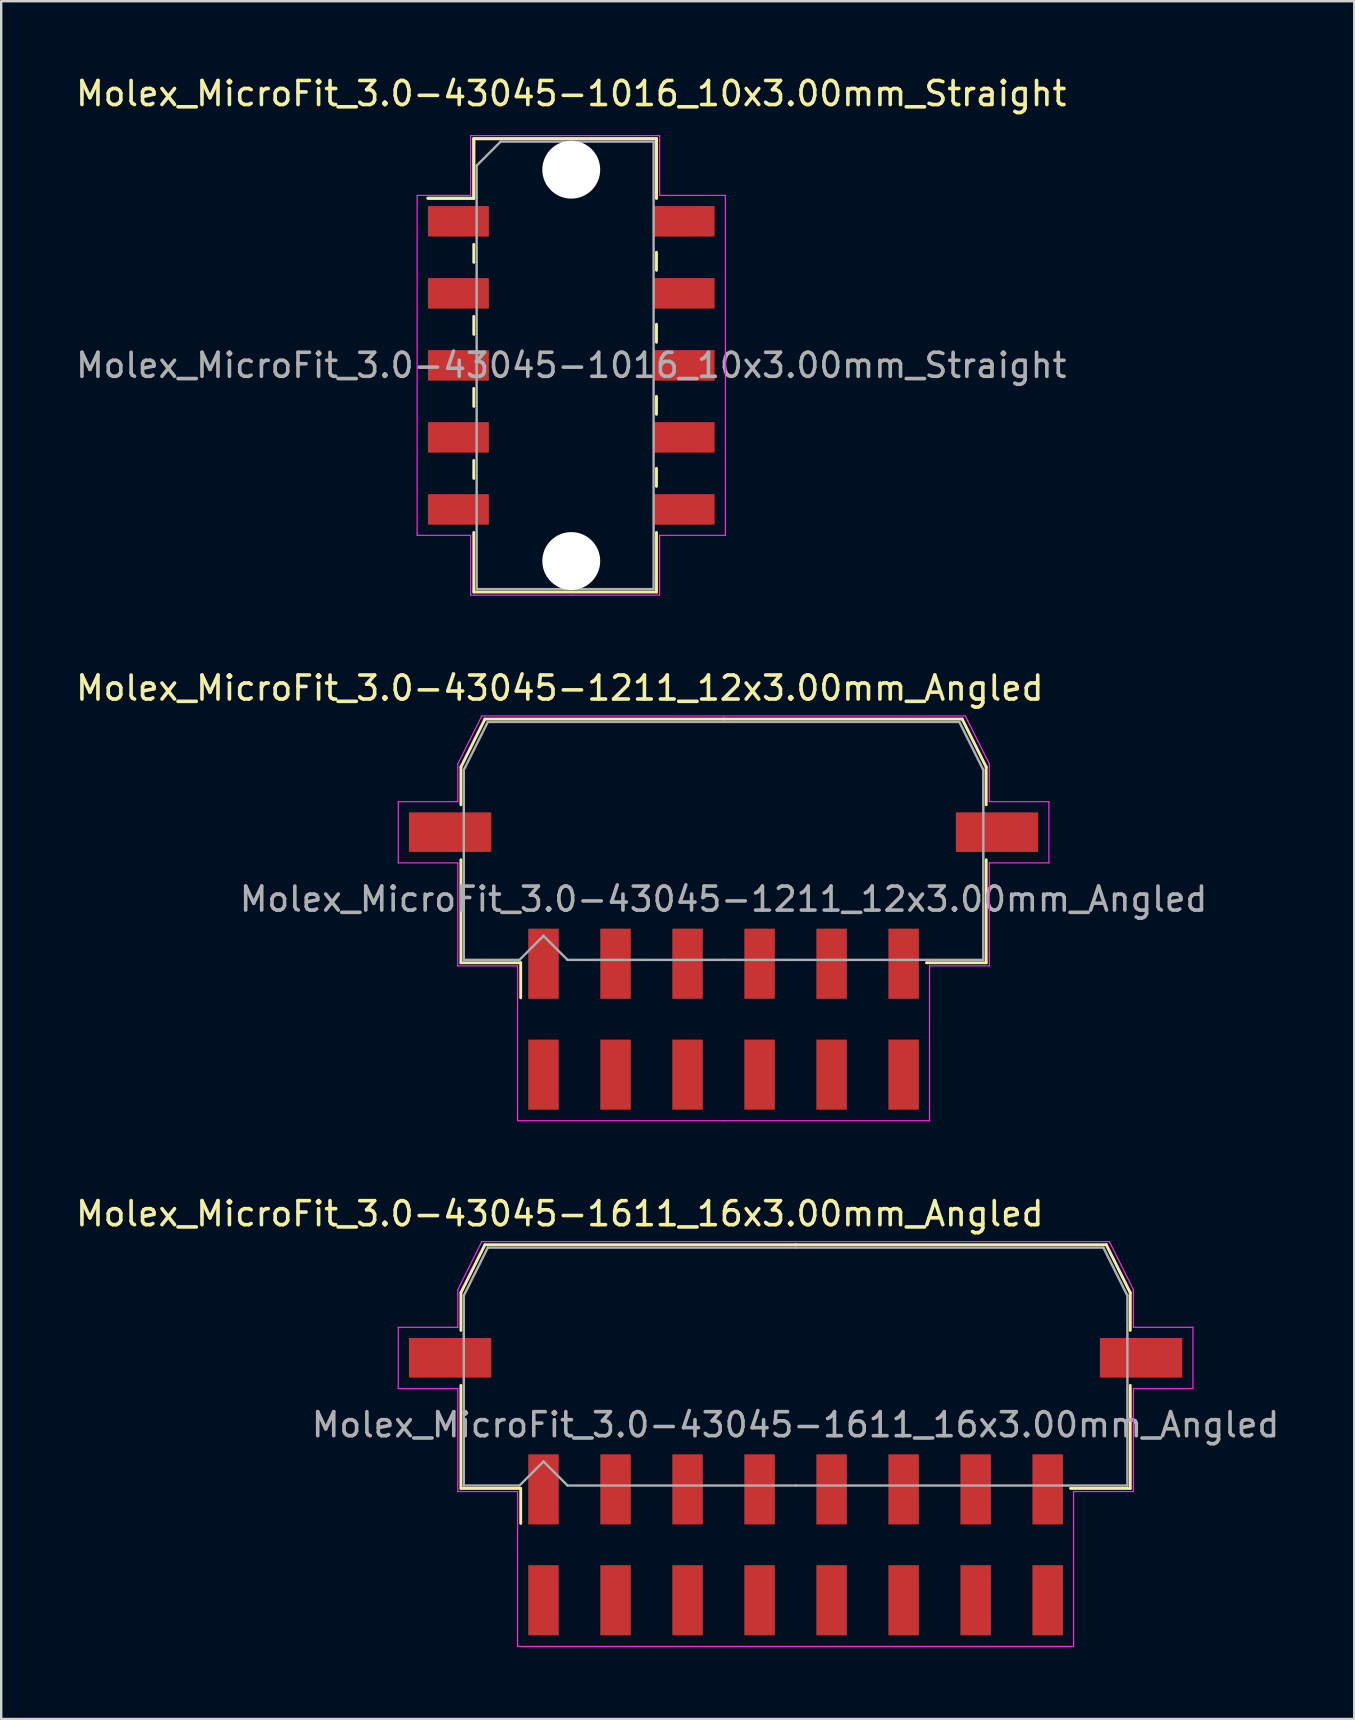
<source format=kicad_pcb>
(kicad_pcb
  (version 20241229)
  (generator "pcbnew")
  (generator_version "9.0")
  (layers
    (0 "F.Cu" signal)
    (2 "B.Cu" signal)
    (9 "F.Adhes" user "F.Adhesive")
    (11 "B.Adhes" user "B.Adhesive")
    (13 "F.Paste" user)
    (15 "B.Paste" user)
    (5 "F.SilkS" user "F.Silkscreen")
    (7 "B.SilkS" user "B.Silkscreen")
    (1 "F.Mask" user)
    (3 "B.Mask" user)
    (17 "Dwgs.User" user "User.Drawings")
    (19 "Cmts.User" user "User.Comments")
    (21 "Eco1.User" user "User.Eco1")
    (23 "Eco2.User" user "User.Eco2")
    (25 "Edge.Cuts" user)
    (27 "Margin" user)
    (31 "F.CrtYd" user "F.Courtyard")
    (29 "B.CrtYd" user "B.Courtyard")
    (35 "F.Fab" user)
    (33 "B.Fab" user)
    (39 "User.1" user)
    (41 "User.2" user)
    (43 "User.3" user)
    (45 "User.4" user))
  (footprint "Molex_MicroFit_3.0-43045-1016_10x3.00mm_Straight"
    (layer "F.Cu")
    (at 20.744 12.168)
    (property "Reference" "Molex_MicroFit_3.0-43045-1016_10x3.00mm_Straight" (at 0 -11.32 0) (layer "F.SilkS") (effects (font (size 1 1) (thickness 0.15))))
    (attr smd)
    (fp_line (start -5.97 -6.96) (end -4.06 -6.96) (stroke (width 0.12) (type solid)) (layer "F.SilkS"))
    (fp_line (start -5.97 -6.96) (end -4.06 -6.96) (stroke (width 0.12) (type solid)) (layer "F.SilkS"))
    (fp_line (start -4.06 -9.44) (end 3.55 -9.44) (stroke (width 0.12) (type solid)) (layer "F.SilkS"))
    (fp_line (start -4.06 -9.44) (end 3.55 -9.44) (stroke (width 0.12) (type solid)) (layer "F.SilkS"))
    (fp_line (start -4.06 -6.96) (end -4.06 -9.44) (stroke (width 0.12) (type solid)) (layer "F.SilkS"))
    (fp_line (start -4.06 -6.96) (end -4.06 -9.44) (stroke (width 0.12) (type solid)) (layer "F.SilkS"))
    (fp_line (start -4.06 -5.04) (end -4.06 -4.29) (stroke (width 0.12) (type solid)) (layer "F.SilkS"))
    (fp_line (start -4.06 -2.04) (end -4.06 -1.29) (stroke (width 0.12) (type solid)) (layer "F.SilkS"))
    (fp_line (start -4.06 0.96) (end -4.06 1.71) (stroke (width 0.12) (type solid)) (layer "F.SilkS"))
    (fp_line (start -4.06 3.96) (end -4.06 4.71) (stroke (width 0.12) (type solid)) (layer "F.SilkS"))
    (fp_line (start -4.06 9.44) (end -4.06 6.96) (stroke (width 0.12) (type solid)) (layer "F.SilkS"))
    (fp_line (start 3.55 -9.44) (end 3.55 -6.96) (stroke (width 0.12) (type solid)) (layer "F.SilkS"))
    (fp_line (start 3.55 -9.44) (end 3.55 -6.96) (stroke (width 0.12) (type solid)) (layer "F.SilkS"))
    (fp_line (start 3.55 -3.96) (end 3.55 -4.71) (stroke (width 0.12) (type solid)) (layer "F.SilkS"))
    (fp_line (start 3.55 -0.96) (end 3.55 -1.71) (stroke (width 0.12) (type solid)) (layer "F.SilkS"))
    (fp_line (start 3.55 2.04) (end 3.55 1.29) (stroke (width 0.12) (type solid)) (layer "F.SilkS"))
    (fp_line (start 3.55 5.04) (end 3.55 4.29) (stroke (width 0.12) (type solid)) (layer "F.SilkS"))
    (fp_line (start 3.55 6.96) (end 3.55 9.44) (stroke (width 0.12) (type solid)) (layer "F.SilkS"))
    (fp_line (start 3.55 9.44) (end -4.06 9.44) (stroke (width 0.12) (type solid)) (layer "F.SilkS"))
    (fp_line (start -6.42 -7.08) (end -4.19 -7.08) (stroke (width 0.05) (type solid)) (layer "F.CrtYd"))
    (fp_line (start -6.42 7.08) (end -6.42 -7.08) (stroke (width 0.05) (type solid)) (layer "F.CrtYd"))
    (fp_line (start -4.19 -9.57) (end 0 -9.57) (stroke (width 0.05) (type solid)) (layer "F.CrtYd"))
    (fp_line (start -4.19 -7.08) (end -4.19 -9.57) (stroke (width 0.05) (type solid)) (layer "F.CrtYd"))
    (fp_line (start -4.19 7.08) (end -6.42 7.08) (stroke (width 0.05) (type solid)) (layer "F.CrtYd"))
    (fp_line (start -4.19 9.57) (end -4.19 7.08) (stroke (width 0.05) (type solid)) (layer "F.CrtYd"))
    (fp_line (start 0 -9.57) (end 3.68 -9.57) (stroke (width 0.05) (type solid)) (layer "F.CrtYd"))
    (fp_line (start 0 9.57) (end -4.19 9.57) (stroke (width 0.05) (type solid)) (layer "F.CrtYd"))
    (fp_line (start 3.68 -9.57) (end 3.68 -7.08) (stroke (width 0.05) (type solid)) (layer "F.CrtYd"))
    (fp_line (start 3.68 -7.08) (end 6.42 -7.08) (stroke (width 0.05) (type solid)) (layer "F.CrtYd"))
    (fp_line (start 3.68 7.08) (end 3.68 9.57) (stroke (width 0.05) (type solid)) (layer "F.CrtYd"))
    (fp_line (start 3.68 9.57) (end 0 9.57) (stroke (width 0.05) (type solid)) (layer "F.CrtYd"))
    (fp_line (start 6.42 -7.08) (end 6.42 7.08) (stroke (width 0.05) (type solid)) (layer "F.CrtYd"))
    (fp_line (start 6.42 7.08) (end 3.68 7.08) (stroke (width 0.05) (type solid)) (layer "F.CrtYd"))
    (fp_line (start -3.94 -8.32) (end -2.94 -9.32) (stroke (width 0.1) (type solid)) (layer "F.Fab"))
    (fp_line (start -3.94 9.32) (end -3.94 -8.32) (stroke (width 0.1) (type solid)) (layer "F.Fab"))
    (fp_line (start -2.94 -9.32) (end 0 -9.32) (stroke (width 0.1) (type solid)) (layer "F.Fab"))
    (fp_line (start 0 -9.32) (end 3.43 -9.32) (stroke (width 0.1) (type solid)) (layer "F.Fab"))
    (fp_line (start 0 9.32) (end -3.94 9.32) (stroke (width 0.1) (type solid)) (layer "F.Fab"))
    (fp_line (start 3.43 -9.32) (end 3.43 9.32) (stroke (width 0.1) (type solid)) (layer "F.Fab"))
    (fp_line (start 3.43 9.32) (end 0 9.32) (stroke (width 0.1) (type solid)) (layer "F.Fab"))
    (fp_text user "${REFERENCE}" (at 0 0 0) (layer "F.Fab") (effects (font (size 1 1) (thickness 0.15))))
    (pad "" np_thru_hole circle (at 0 -8.15) (size 2.41 2.41) (drill 2.41) (layers "*.Cu"))
    (pad "" np_thru_hole circle (at 0 8.15) (size 2.41 2.41) (drill 2.41) (layers "*.Cu"))
    (pad "1" smd rect (at -4.7 -6) (size 2.54 1.27) (layers "F.Cu" "F.Mask" "F.Paste"))
    (pad "2" smd rect (at -4.7 -3) (size 2.54 1.27) (layers "F.Cu" "F.Mask" "F.Paste"))
    (pad "3" smd rect (at -4.7 0) (size 2.54 1.27) (layers "F.Cu" "F.Mask" "F.Paste"))
    (pad "4" smd rect (at -4.7 3) (size 2.54 1.27) (layers "F.Cu" "F.Mask" "F.Paste"))
    (pad "5" smd rect (at -4.7 6) (size 2.54 1.27) (layers "F.Cu" "F.Mask" "F.Paste"))
    (pad "6" smd rect (at 4.7 6) (size 2.54 1.27) (layers "F.Cu" "F.Mask" "F.Paste"))
    (pad "7" smd rect (at 4.7 3) (size 2.54 1.27) (layers "F.Cu" "F.Mask" "F.Paste"))
    (pad "8" smd rect (at 4.7 0) (size 2.54 1.27) (layers "F.Cu" "F.Mask" "F.Paste"))
    (pad "9" smd rect (at 4.7 -3) (size 2.54 1.27) (layers "F.Cu" "F.Mask" "F.Paste"))
    (pad "10" smd rect (at 4.7 -6) (size 2.54 1.27) (layers "F.Cu" "F.Mask" "F.Paste")))
  (footprint "Molex_MicroFit_3.0-43045-1611_16x3.00mm_Angled"
    (layer "F.Cu")
    (at 30.088 61.295)
    (property "Reference" "Molex_MicroFit_3.0-43045-1611_16x3.00mm_Angled" (at -9.82 -13.79 0) (layer "F.SilkS") (effects (font (size 1 1) (thickness 0.15))))
    (attr smd)
    (fp_line (start -13.94 -10.5) (end -13.94 -8.93) (stroke (width 0.12) (type solid)) (layer "F.SilkS"))
    (fp_line (start -13.94 -6.64) (end -13.94 -2.35) (stroke (width 0.12) (type solid)) (layer "F.SilkS"))
    (fp_line (start -13.94 -2.35) (end -11.45 -2.35) (stroke (width 0.12) (type solid)) (layer "F.SilkS"))
    (fp_line (start -12.94 -12.5) (end -13.94 -10.5) (stroke (width 0.12) (type solid)) (layer "F.SilkS"))
    (fp_line (start -11.45 -2.35) (end -11.45 -0.89) (stroke (width 0.12) (type solid)) (layer "F.SilkS"))
    (fp_line (start 0 -12.5) (end -12.94 -12.5) (stroke (width 0.12) (type solid)) (layer "F.SilkS"))
    (fp_line (start 0 -12.5) (end 12.94 -12.5) (stroke (width 0.12) (type solid)) (layer "F.SilkS"))
    (fp_line (start 12.94 -12.5) (end 13.94 -10.5) (stroke (width 0.12) (type solid)) (layer "F.SilkS"))
    (fp_line (start 13.94 -10.5) (end 13.94 -8.93) (stroke (width 0.12) (type solid)) (layer "F.SilkS"))
    (fp_line (start 13.94 -6.64) (end 13.94 -2.35) (stroke (width 0.12) (type solid)) (layer "F.SilkS"))
    (fp_line (start 13.94 -2.35) (end 11.45 -2.35) (stroke (width 0.12) (type solid)) (layer "F.SilkS"))
    (fp_line (start -16.55 -9.06) (end -16.55 -6.51) (stroke (width 0.05) (type solid)) (layer "F.CrtYd"))
    (fp_line (start -16.55 -6.51) (end -14.07 -6.51) (stroke (width 0.05) (type solid)) (layer "F.CrtYd"))
    (fp_line (start -14.07 -10.63) (end -14.07 -9.06) (stroke (width 0.05) (type solid)) (layer "F.CrtYd"))
    (fp_line (start -14.07 -9.06) (end -16.55 -9.06) (stroke (width 0.05) (type solid)) (layer "F.CrtYd"))
    (fp_line (start -14.07 -6.51) (end -14.07 -2.22) (stroke (width 0.05) (type solid)) (layer "F.CrtYd"))
    (fp_line (start -14.07 -2.22) (end -11.58 -2.22) (stroke (width 0.05) (type solid)) (layer "F.CrtYd"))
    (fp_line (start -13.07 -12.63) (end -14.07 -10.63) (stroke (width 0.05) (type solid)) (layer "F.CrtYd"))
    (fp_line (start -11.58 -2.22) (end -11.58 4.23) (stroke (width 0.05) (type solid)) (layer "F.CrtYd"))
    (fp_line (start -11.58 4.23) (end 0 4.23) (stroke (width 0.05) (type solid)) (layer "F.CrtYd"))
    (fp_line (start 0 -12.63) (end -13.07 -12.63) (stroke (width 0.05) (type solid)) (layer "F.CrtYd"))
    (fp_line (start 0 -12.63) (end 13.07 -12.63) (stroke (width 0.05) (type solid)) (layer "F.CrtYd"))
    (fp_line (start 11.58 -2.22) (end 11.58 4.23) (stroke (width 0.05) (type solid)) (layer "F.CrtYd"))
    (fp_line (start 11.58 4.23) (end 0 4.23) (stroke (width 0.05) (type solid)) (layer "F.CrtYd"))
    (fp_line (start 13.07 -12.63) (end 14.07 -10.63) (stroke (width 0.05) (type solid)) (layer "F.CrtYd"))
    (fp_line (start 14.07 -10.63) (end 14.07 -9.06) (stroke (width 0.05) (type solid)) (layer "F.CrtYd"))
    (fp_line (start 14.07 -9.06) (end 16.55 -9.06) (stroke (width 0.05) (type solid)) (layer "F.CrtYd"))
    (fp_line (start 14.07 -6.51) (end 14.07 -2.22) (stroke (width 0.05) (type solid)) (layer "F.CrtYd"))
    (fp_line (start 14.07 -2.22) (end 11.58 -2.22) (stroke (width 0.05) (type solid)) (layer "F.CrtYd"))
    (fp_line (start 16.55 -9.06) (end 16.55 -6.51) (stroke (width 0.05) (type solid)) (layer "F.CrtYd"))
    (fp_line (start 16.55 -6.51) (end 14.07 -6.51) (stroke (width 0.05) (type solid)) (layer "F.CrtYd"))
    (fp_line (start -13.82 -10.38) (end -13.82 -8.61) (stroke (width 0.1) (type solid)) (layer "F.Fab"))
    (fp_line (start -13.82 -8.61) (end -13.82 -2.47) (stroke (width 0.1) (type solid)) (layer "F.Fab"))
    (fp_line (start -13.82 -2.47) (end -11.5 -2.47) (stroke (width 0.1) (type solid)) (layer "F.Fab"))
    (fp_line (start -12.82 -12.38) (end -13.82 -10.38) (stroke (width 0.1) (type solid)) (layer "F.Fab"))
    (fp_line (start -11.5 -2.47) (end -10.5 -3.47) (stroke (width 0.1) (type solid)) (layer "F.Fab"))
    (fp_line (start -10.5 -3.47) (end -9.5 -2.47) (stroke (width 0.1) (type solid)) (layer "F.Fab"))
    (fp_line (start -9.5 -2.47) (end 0 -2.47) (stroke (width 0.1) (type solid)) (layer "F.Fab"))
    (fp_line (start 0 -12.38) (end -12.82 -12.38) (stroke (width 0.1) (type solid)) (layer "F.Fab"))
    (fp_line (start 0 -12.38) (end 12.82 -12.38) (stroke (width 0.1) (type solid)) (layer "F.Fab"))
    (fp_line (start 11.13 -2.47) (end 0 -2.47) (stroke (width 0.1) (type solid)) (layer "F.Fab"))
    (fp_line (start 12.82 -12.38) (end 13.82 -10.38) (stroke (width 0.1) (type solid)) (layer "F.Fab"))
    (fp_line (start 13.82 -10.38) (end 13.82 -8.61) (stroke (width 0.1) (type solid)) (layer "F.Fab"))
    (fp_line (start 13.82 -8.61) (end 13.82 -2.47) (stroke (width 0.1) (type solid)) (layer "F.Fab"))
    (fp_line (start 13.82 -2.47) (end 11.13 -2.47) (stroke (width 0.1) (type solid)) (layer "F.Fab"))
    (fp_text user "${REFERENCE}" (at 0 -5 0) (layer "F.Fab") (effects (font (size 1 1) (thickness 0.15))))
    (pad "" smd rect (at -14.39 -7.79) (size 3.43 1.65) (layers "F.Cu" "F.Mask" "F.Paste"))
    (pad "" smd rect (at 14.39 -7.79) (size 3.43 1.65) (layers "F.Cu" "F.Mask" "F.Paste"))
    (pad "1" smd rect (at -10.5 -2.31) (size 1.27 2.92) (layers "F.Cu" "F.Mask" "F.Paste"))
    (pad "2" smd rect (at -7.5 -2.31) (size 1.27 2.92) (layers "F.Cu" "F.Mask" "F.Paste"))
    (pad "3" smd rect (at -4.5 -2.31) (size 1.27 2.92) (layers "F.Cu" "F.Mask" "F.Paste"))
    (pad "4" smd rect (at -1.5 -2.31) (size 1.27 2.92) (layers "F.Cu" "F.Mask" "F.Paste"))
    (pad "5" smd rect (at 1.5 -2.31) (size 1.27 2.92) (layers "F.Cu" "F.Mask" "F.Paste"))
    (pad "6" smd rect (at 4.5 -2.31) (size 1.27 2.92) (layers "F.Cu" "F.Mask" "F.Paste"))
    (pad "7" smd rect (at 7.5 -2.31) (size 1.27 2.92) (layers "F.Cu" "F.Mask" "F.Paste"))
    (pad "8" smd rect (at 10.5 -2.31) (size 1.27 2.92) (layers "F.Cu" "F.Mask" "F.Paste"))
    (pad "9" smd rect (at 10.5 2.31) (size 1.27 2.92) (layers "F.Cu" "F.Mask" "F.Paste"))
    (pad "10" smd rect (at 7.5 2.31) (size 1.27 2.92) (layers "F.Cu" "F.Mask" "F.Paste"))
    (pad "11" smd rect (at 4.5 2.31) (size 1.27 2.92) (layers "F.Cu" "F.Mask" "F.Paste"))
    (pad "12" smd rect (at 1.5 2.31) (size 1.27 2.92) (layers "F.Cu" "F.Mask" "F.Paste"))
    (pad "13" smd rect (at -1.5 2.31) (size 1.27 2.92) (layers "F.Cu" "F.Mask" "F.Paste"))
    (pad "14" smd rect (at -4.5 2.31) (size 1.27 2.92) (layers "F.Cu" "F.Mask" "F.Paste"))
    (pad "15" smd rect (at -7.5 2.31) (size 1.27 2.92) (layers "F.Cu" "F.Mask" "F.Paste"))
    (pad "16" smd rect (at -10.5 2.31) (size 1.27 2.92) (layers "F.Cu" "F.Mask" "F.Paste")))
  (footprint "Molex_MicroFit_3.0-43045-1211_12x3.00mm_Angled"
    (layer "F.Cu")
    (at 27.088 39.401)
    (property "Reference" "Molex_MicroFit_3.0-43045-1211_12x3.00mm_Angled" (at -6.82 -13.79 0) (layer "F.SilkS") (effects (font (size 1 1) (thickness 0.15))))
    (attr smd)
    (fp_line (start -10.94 -10.5) (end -10.94 -8.93) (stroke (width 0.12) (type solid)) (layer "F.SilkS"))
    (fp_line (start -10.94 -6.64) (end -10.94 -2.35) (stroke (width 0.12) (type solid)) (layer "F.SilkS"))
    (fp_line (start -10.94 -2.35) (end -8.45 -2.35) (stroke (width 0.12) (type solid)) (layer "F.SilkS"))
    (fp_line (start -9.94 -12.5) (end -10.94 -10.5) (stroke (width 0.12) (type solid)) (layer "F.SilkS"))
    (fp_line (start -8.45 -2.35) (end -8.45 -0.89) (stroke (width 0.12) (type solid)) (layer "F.SilkS"))
    (fp_line (start 0 -12.5) (end -9.94 -12.5) (stroke (width 0.12) (type solid)) (layer "F.SilkS"))
    (fp_line (start 0 -12.5) (end 9.94 -12.5) (stroke (width 0.12) (type solid)) (layer "F.SilkS"))
    (fp_line (start 9.94 -12.5) (end 10.94 -10.5) (stroke (width 0.12) (type solid)) (layer "F.SilkS"))
    (fp_line (start 10.94 -10.5) (end 10.94 -8.93) (stroke (width 0.12) (type solid)) (layer "F.SilkS"))
    (fp_line (start 10.94 -6.64) (end 10.94 -2.35) (stroke (width 0.12) (type solid)) (layer "F.SilkS"))
    (fp_line (start 10.94 -2.35) (end 8.45 -2.35) (stroke (width 0.12) (type solid)) (layer "F.SilkS"))
    (fp_line (start -13.55 -9.06) (end -13.55 -6.51) (stroke (width 0.05) (type solid)) (layer "F.CrtYd"))
    (fp_line (start -13.55 -6.51) (end -11.07 -6.51) (stroke (width 0.05) (type solid)) (layer "F.CrtYd"))
    (fp_line (start -11.07 -10.63) (end -11.07 -9.06) (stroke (width 0.05) (type solid)) (layer "F.CrtYd"))
    (fp_line (start -11.07 -9.06) (end -13.55 -9.06) (stroke (width 0.05) (type solid)) (layer "F.CrtYd"))
    (fp_line (start -11.07 -6.51) (end -11.07 -2.22) (stroke (width 0.05) (type solid)) (layer "F.CrtYd"))
    (fp_line (start -11.07 -2.22) (end -8.58 -2.22) (stroke (width 0.05) (type solid)) (layer "F.CrtYd"))
    (fp_line (start -10.07 -12.63) (end -11.07 -10.63) (stroke (width 0.05) (type solid)) (layer "F.CrtYd"))
    (fp_line (start -8.58 -2.22) (end -8.58 4.23) (stroke (width 0.05) (type solid)) (layer "F.CrtYd"))
    (fp_line (start -8.58 4.23) (end 0 4.23) (stroke (width 0.05) (type solid)) (layer "F.CrtYd"))
    (fp_line (start 0 -12.63) (end -10.07 -12.63) (stroke (width 0.05) (type solid)) (layer "F.CrtYd"))
    (fp_line (start 0 -12.63) (end 10.07 -12.63) (stroke (width 0.05) (type solid)) (layer "F.CrtYd"))
    (fp_line (start 8.58 -2.22) (end 8.58 4.23) (stroke (width 0.05) (type solid)) (layer "F.CrtYd"))
    (fp_line (start 8.58 4.23) (end 0 4.23) (stroke (width 0.05) (type solid)) (layer "F.CrtYd"))
    (fp_line (start 10.07 -12.63) (end 11.07 -10.63) (stroke (width 0.05) (type solid)) (layer "F.CrtYd"))
    (fp_line (start 11.07 -10.63) (end 11.07 -9.06) (stroke (width 0.05) (type solid)) (layer "F.CrtYd"))
    (fp_line (start 11.07 -9.06) (end 13.55 -9.06) (stroke (width 0.05) (type solid)) (layer "F.CrtYd"))
    (fp_line (start 11.07 -6.51) (end 11.07 -2.22) (stroke (width 0.05) (type solid)) (layer "F.CrtYd"))
    (fp_line (start 11.07 -2.22) (end 8.58 -2.22) (stroke (width 0.05) (type solid)) (layer "F.CrtYd"))
    (fp_line (start 13.55 -9.06) (end 13.55 -6.51) (stroke (width 0.05) (type solid)) (layer "F.CrtYd"))
    (fp_line (start 13.55 -6.51) (end 11.07 -6.51) (stroke (width 0.05) (type solid)) (layer "F.CrtYd"))
    (fp_line (start -10.82 -10.38) (end -10.82 -8.61) (stroke (width 0.1) (type solid)) (layer "F.Fab"))
    (fp_line (start -10.82 -8.61) (end -10.82 -2.47) (stroke (width 0.1) (type solid)) (layer "F.Fab"))
    (fp_line (start -10.82 -2.47) (end -8.5 -2.47) (stroke (width 0.1) (type solid)) (layer "F.Fab"))
    (fp_line (start -9.82 -12.38) (end -10.82 -10.38) (stroke (width 0.1) (type solid)) (layer "F.Fab"))
    (fp_line (start -8.5 -2.47) (end -7.5 -3.47) (stroke (width 0.1) (type solid)) (layer "F.Fab"))
    (fp_line (start -7.5 -3.47) (end -6.5 -2.47) (stroke (width 0.1) (type solid)) (layer "F.Fab"))
    (fp_line (start -6.5 -2.47) (end 0 -2.47) (stroke (width 0.1) (type solid)) (layer "F.Fab"))
    (fp_line (start 0 -12.38) (end -9.82 -12.38) (stroke (width 0.1) (type solid)) (layer "F.Fab"))
    (fp_line (start 0 -12.38) (end 9.82 -12.38) (stroke (width 0.1) (type solid)) (layer "F.Fab"))
    (fp_line (start 8.13 -2.47) (end 0 -2.47) (stroke (width 0.1) (type solid)) (layer "F.Fab"))
    (fp_line (start 9.82 -12.38) (end 10.82 -10.38) (stroke (width 0.1) (type solid)) (layer "F.Fab"))
    (fp_line (start 10.82 -10.38) (end 10.82 -8.61) (stroke (width 0.1) (type solid)) (layer "F.Fab"))
    (fp_line (start 10.82 -8.61) (end 10.82 -2.47) (stroke (width 0.1) (type solid)) (layer "F.Fab"))
    (fp_line (start 10.82 -2.47) (end 8.13 -2.47) (stroke (width 0.1) (type solid)) (layer "F.Fab"))
    (fp_text user "${REFERENCE}" (at 0 -5 0) (layer "F.Fab") (effects (font (size 1 1) (thickness 0.15))))
    (pad "" smd rect (at -11.39 -7.79) (size 3.43 1.65) (layers "F.Cu" "F.Mask" "F.Paste"))
    (pad "" smd rect (at 11.39 -7.79) (size 3.43 1.65) (layers "F.Cu" "F.Mask" "F.Paste"))
    (pad "1" smd rect (at -7.5 -2.31) (size 1.27 2.92) (layers "F.Cu" "F.Mask" "F.Paste"))
    (pad "2" smd rect (at -4.5 -2.31) (size 1.27 2.92) (layers "F.Cu" "F.Mask" "F.Paste"))
    (pad "3" smd rect (at -1.5 -2.31) (size 1.27 2.92) (layers "F.Cu" "F.Mask" "F.Paste"))
    (pad "4" smd rect (at 1.5 -2.31) (size 1.27 2.92) (layers "F.Cu" "F.Mask" "F.Paste"))
    (pad "5" smd rect (at 4.5 -2.31) (size 1.27 2.92) (layers "F.Cu" "F.Mask" "F.Paste"))
    (pad "6" smd rect (at 7.5 -2.31) (size 1.27 2.92) (layers "F.Cu" "F.Mask" "F.Paste"))
    (pad "7" smd rect (at 7.5 2.31) (size 1.27 2.92) (layers "F.Cu" "F.Mask" "F.Paste"))
    (pad "8" smd rect (at 4.5 2.31) (size 1.27 2.92) (layers "F.Cu" "F.Mask" "F.Paste"))
    (pad "9" smd rect (at 1.5 2.31) (size 1.27 2.92) (layers "F.Cu" "F.Mask" "F.Paste"))
    (pad "10" smd rect (at -1.5 2.31) (size 1.27 2.92) (layers "F.Cu" "F.Mask" "F.Paste"))
    (pad "11" smd rect (at -4.5 2.31) (size 1.27 2.92) (layers "F.Cu" "F.Mask" "F.Paste"))
    (pad "12" smd rect (at -7.5 2.31) (size 1.27 2.92) (layers "F.Cu" "F.Mask" "F.Paste")))
  (gr_rect
    (start -3 -3)
    (end 53.356 68.55)
    (stroke (width 0.1) (type default))
    (fill no)
    (layer "Edge.Cuts")))
</source>
